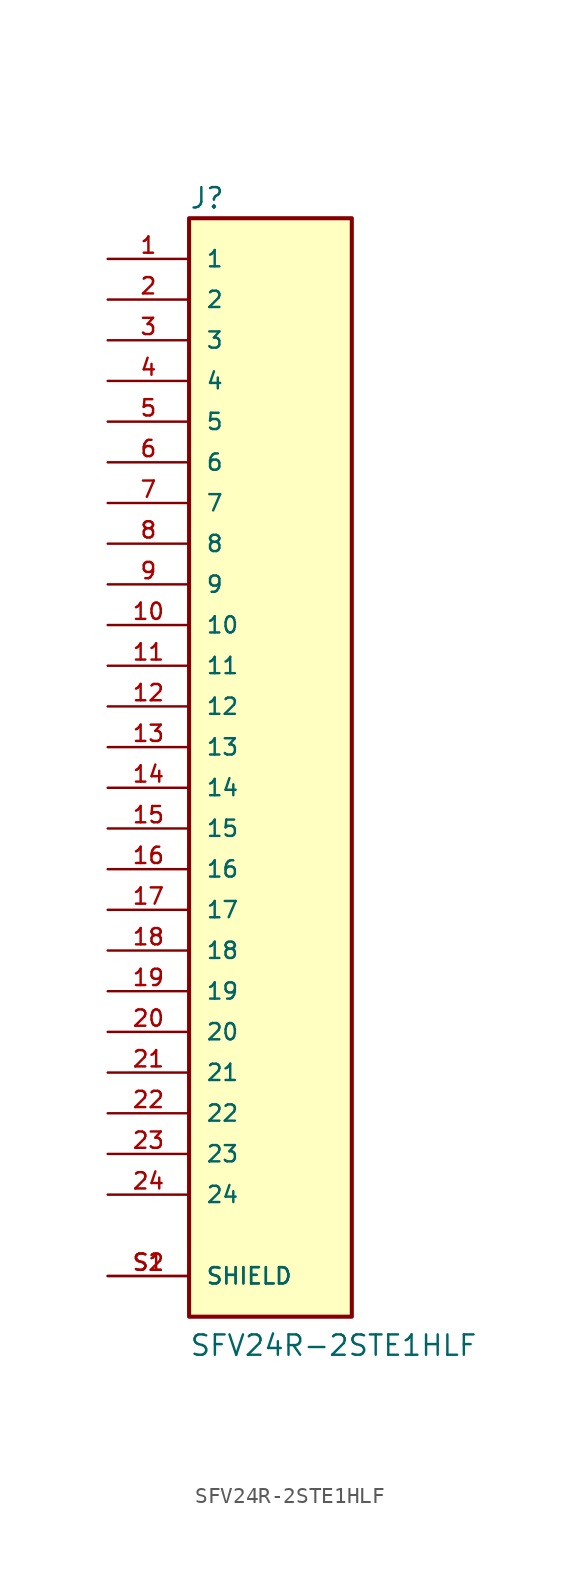
<source format=kicad_sym>
(kicad_symbol_lib
  (version 20211014)
  (generator kicad_symbol_editor)
  (symbol "SFV24R-2STE1HLF"
    (pin_names
      (offset 1.016))
    (property "Reference" "J"
      (at -5.08 36.068 0.0)
      (effects (font (size 1.27 1.27)) (justify bottom left)))
    (property "Value" "SFV24R-2STE1HLF"
      (at -5.08 -35.56 0.0)
      (effects (font (size 1.27 1.27)) (justify bottom left)))
    (symbol "SFV24R-2STE1HLF_0_0"
      (rectangle (start -5.08 -33.02) (end 5.08 35.56) (stroke (width 0.254)) (fill (type background)))
      (pin passive line (at -10.16 33.02 0) (length 5.08) (name "1" (effects (font (size 1.016 1.016)))) (number "1" (effects (font (size 1.016 1.016)))))
      (pin passive line (at -10.16 30.48 0) (length 5.08) (name "2" (effects (font (size 1.016 1.016)))) (number "2" (effects (font (size 1.016 1.016)))))
      (pin passive line (at -10.16 27.94 0) (length 5.08) (name "3" (effects (font (size 1.016 1.016)))) (number "3" (effects (font (size 1.016 1.016)))))
      (pin passive line (at -10.16 25.4 0) (length 5.08) (name "4" (effects (font (size 1.016 1.016)))) (number "4" (effects (font (size 1.016 1.016)))))
      (pin passive line (at -10.16 22.86 0) (length 5.08) (name "5" (effects (font (size 1.016 1.016)))) (number "5" (effects (font (size 1.016 1.016)))))
      (pin passive line (at -10.16 20.32 0) (length 5.08) (name "6" (effects (font (size 1.016 1.016)))) (number "6" (effects (font (size 1.016 1.016)))))
      (pin passive line (at -10.16 17.78 0) (length 5.08) (name "7" (effects (font (size 1.016 1.016)))) (number "7" (effects (font (size 1.016 1.016)))))
      (pin passive line (at -10.16 15.24 0) (length 5.08) (name "8" (effects (font (size 1.016 1.016)))) (number "8" (effects (font (size 1.016 1.016)))))
      (pin passive line (at -10.16 12.7 0) (length 5.08) (name "9" (effects (font (size 1.016 1.016)))) (number "9" (effects (font (size 1.016 1.016)))))
      (pin passive line (at -10.16 10.16 0) (length 5.08) (name "10" (effects (font (size 1.016 1.016)))) (number "10" (effects (font (size 1.016 1.016)))))
      (pin passive line (at -10.16 7.62 0) (length 5.08) (name "11" (effects (font (size 1.016 1.016)))) (number "11" (effects (font (size 1.016 1.016)))))
      (pin passive line (at -10.16 5.08 0) (length 5.08) (name "12" (effects (font (size 1.016 1.016)))) (number "12" (effects (font (size 1.016 1.016)))))
      (pin passive line (at -10.16 2.54 0) (length 5.08) (name "13" (effects (font (size 1.016 1.016)))) (number "13" (effects (font (size 1.016 1.016)))))
      (pin passive line (at -10.16 0.0 0) (length 5.08) (name "14" (effects (font (size 1.016 1.016)))) (number "14" (effects (font (size 1.016 1.016)))))
      (pin passive line (at -10.16 -2.54 0) (length 5.08) (name "15" (effects (font (size 1.016 1.016)))) (number "15" (effects (font (size 1.016 1.016)))))
      (pin passive line (at -10.16 -5.08 0) (length 5.08) (name "16" (effects (font (size 1.016 1.016)))) (number "16" (effects (font (size 1.016 1.016)))))
      (pin passive line (at -10.16 -7.62 0) (length 5.08) (name "17" (effects (font (size 1.016 1.016)))) (number "17" (effects (font (size 1.016 1.016)))))
      (pin passive line (at -10.16 -10.16 0) (length 5.08) (name "18" (effects (font (size 1.016 1.016)))) (number "18" (effects (font (size 1.016 1.016)))))
      (pin passive line (at -10.16 -12.7 0) (length 5.08) (name "19" (effects (font (size 1.016 1.016)))) (number "19" (effects (font (size 1.016 1.016)))))
      (pin passive line (at -10.16 -15.24 0) (length 5.08) (name "20" (effects (font (size 1.016 1.016)))) (number "20" (effects (font (size 1.016 1.016)))))
      (pin passive line (at -10.16 -17.78 0) (length 5.08) (name "21" (effects (font (size 1.016 1.016)))) (number "21" (effects (font (size 1.016 1.016)))))
      (pin passive line (at -10.16 -20.32 0) (length 5.08) (name "22" (effects (font (size 1.016 1.016)))) (number "22" (effects (font (size 1.016 1.016)))))
      (pin passive line (at -10.16 -22.86 0) (length 5.08) (name "23" (effects (font (size 1.016 1.016)))) (number "23" (effects (font (size 1.016 1.016)))))
      (pin passive line (at -10.16 -25.4 0) (length 5.08) (name "24" (effects (font (size 1.016 1.016)))) (number "24" (effects (font (size 1.016 1.016)))))
      (pin passive line (at -10.16 -30.48 0) (length 5.08) (name "SHIELD" (effects (font (size 1.016 1.016)))) (number "S1" (effects (font (size 1.016 1.016)))))
      (pin passive line (at -10.16 -30.48 0) (length 5.08) (name "SHIELD" (effects (font (size 1.016 1.016)))) (number "S2" (effects (font (size 1.016 1.016))))))))
</source>
